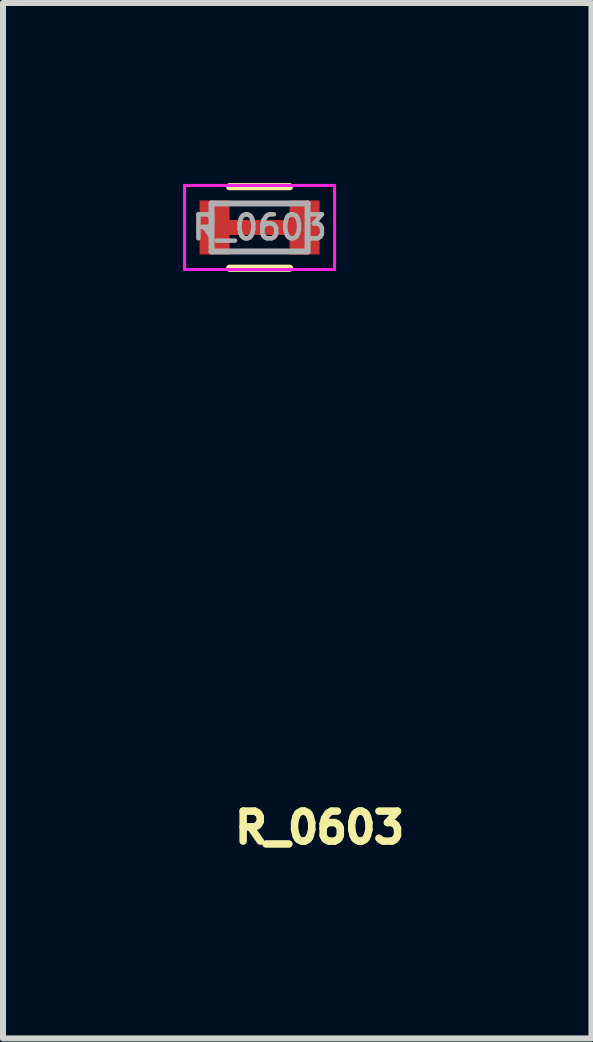
<source format=kicad_pcb>
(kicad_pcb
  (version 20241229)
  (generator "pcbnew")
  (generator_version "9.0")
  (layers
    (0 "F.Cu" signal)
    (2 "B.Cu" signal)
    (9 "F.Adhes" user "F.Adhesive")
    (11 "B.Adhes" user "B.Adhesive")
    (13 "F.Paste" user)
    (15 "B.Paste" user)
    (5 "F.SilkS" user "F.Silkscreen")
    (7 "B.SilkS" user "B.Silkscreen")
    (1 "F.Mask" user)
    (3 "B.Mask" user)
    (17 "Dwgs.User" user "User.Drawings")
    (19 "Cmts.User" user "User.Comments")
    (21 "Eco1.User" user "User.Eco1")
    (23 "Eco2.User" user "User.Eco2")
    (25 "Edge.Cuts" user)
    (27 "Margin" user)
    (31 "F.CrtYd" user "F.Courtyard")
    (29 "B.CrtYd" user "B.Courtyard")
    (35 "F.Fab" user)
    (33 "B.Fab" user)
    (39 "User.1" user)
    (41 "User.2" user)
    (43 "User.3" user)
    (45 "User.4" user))
  (footprint "R_0603"
    (layer "F.Cu")
    (at 1.275 0.74)
    (property "Reference" "R_0603" (at 1 10 0) (layer "F.SilkS") (effects (font (size 0.5 0.5) (thickness 0.125))))
    (attr smd)
    (fp_line (start -0.7 0) (end 0.7 0) (stroke (width 0.25) (type solid)) (layer "F.Cu"))
    (fp_line (start -0.5 -0.68) (end 0.5 -0.68) (stroke (width 0.12) (type solid)) (layer "F.SilkS"))
    (fp_line (start 0.5 0.68) (end -0.5 0.68) (stroke (width 0.12) (type solid)) (layer "F.SilkS"))
    (fp_line (start -1.25 -0.7) (end -1.25 0.7) (stroke (width 0.05) (type solid)) (layer "F.CrtYd"))
    (fp_line (start -1.25 -0.7) (end 1.25 -0.7) (stroke (width 0.05) (type solid)) (layer "F.CrtYd"))
    (fp_line (start 1.25 0.7) (end -1.25 0.7) (stroke (width 0.05) (type solid)) (layer "F.CrtYd"))
    (fp_line (start 1.25 0.7) (end 1.25 -0.7) (stroke (width 0.05) (type solid)) (layer "F.CrtYd"))
    (fp_line (start -0.8 -0.4) (end 0.8 -0.4) (stroke (width 0.1) (type solid)) (layer "F.Fab"))
    (fp_line (start -0.8 0.4) (end -0.8 -0.4) (stroke (width 0.1) (type solid)) (layer "F.Fab"))
    (fp_line (start 0.8 -0.4) (end 0.8 0.4) (stroke (width 0.1) (type solid)) (layer "F.Fab"))
    (fp_line (start 0.8 0.4) (end -0.8 0.4) (stroke (width 0.1) (type solid)) (layer "F.Fab"))
    (fp_text user "${REFERENCE}" (at 0 0 0) (layer "F.Fab") (effects (font (size 0.4 0.4) (thickness 0.075))))
    (pad "1" smd rect (at -0.75 0) (size 0.5 0.9) (layers "F.Cu" "F.Mask" "F.Paste"))
    (pad "2" smd rect (at 0.75 0) (size 0.5 0.9) (layers "F.Cu" "F.Mask" "F.Paste")))
  (gr_rect
    (start -3 -3)
    (end 6.805 14.252)
    (stroke (width 0.1) (type default))
    (fill no)
    (layer "Edge.Cuts")))
</source>
